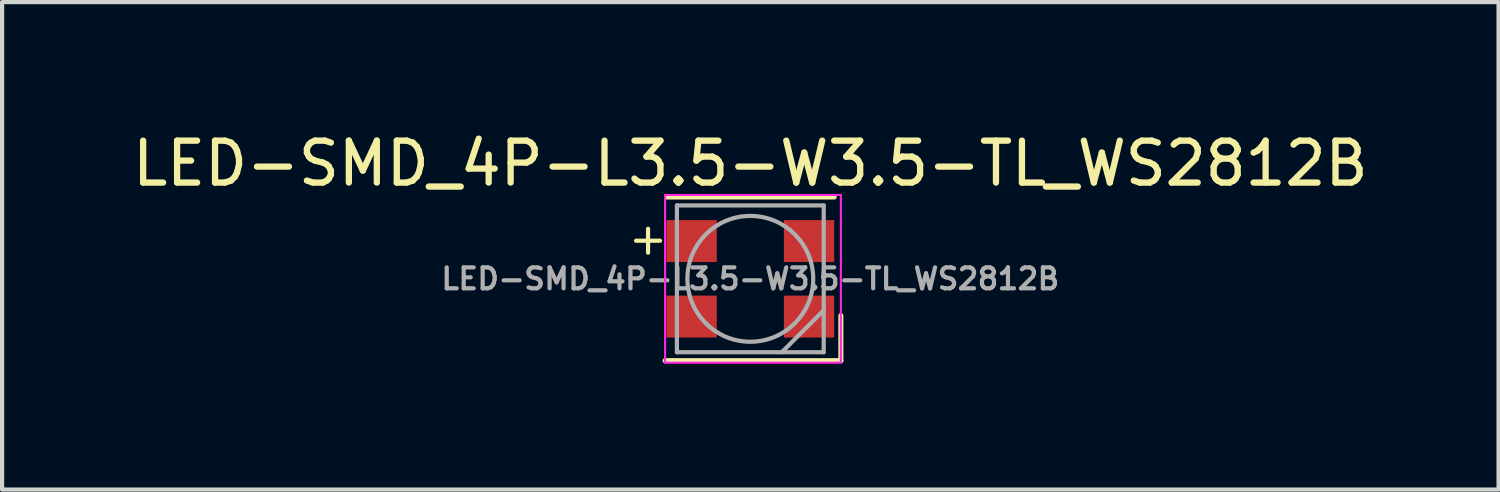
<source format=kicad_pcb>
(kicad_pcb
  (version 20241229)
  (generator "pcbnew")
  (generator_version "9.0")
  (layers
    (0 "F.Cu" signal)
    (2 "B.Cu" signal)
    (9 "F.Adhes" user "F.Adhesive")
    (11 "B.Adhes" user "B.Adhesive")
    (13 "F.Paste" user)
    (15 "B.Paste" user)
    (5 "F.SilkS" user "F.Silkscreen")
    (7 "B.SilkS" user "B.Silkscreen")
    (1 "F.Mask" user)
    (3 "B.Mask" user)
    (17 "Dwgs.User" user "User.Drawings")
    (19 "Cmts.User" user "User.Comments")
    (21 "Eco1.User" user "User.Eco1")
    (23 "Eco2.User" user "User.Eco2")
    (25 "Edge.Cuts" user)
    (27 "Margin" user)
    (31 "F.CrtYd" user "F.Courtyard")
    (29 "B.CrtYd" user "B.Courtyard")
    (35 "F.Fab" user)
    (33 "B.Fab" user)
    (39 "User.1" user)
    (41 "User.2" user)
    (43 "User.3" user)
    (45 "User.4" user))
  (footprint "LED-SMD_4P-L3.5-W3.5-TL_WS2812B"
    (layer "F.Cu")
    (at 14.839 3.598)
    (property "Reference" "LED-SMD_4P-L3.5-W3.5-TL_WS2812B" (at 0 -2.75 0) (layer "F.SilkS") (effects (font (size 1 1) (thickness 0.15))))
    (attr smd)
    (fp_line (start -2.032 1.95) (end 2.159 1.95) (stroke (width 0.12) (type solid)) (layer "F.SilkS"))
    (fp_line (start -2 -1.95) (end 2 -1.95) (stroke (width 0.12) (type solid)) (layer "F.SilkS"))
    (fp_line (start 2.159 1.95) (end 2.159 0.875) (stroke (width 0.12) (type solid)) (layer "F.SilkS"))
    (fp_line (start -2.032 -2) (end -2.032 2) (stroke (width 0.05) (type solid)) (layer "F.CrtYd"))
    (fp_line (start -2.032 2) (end 2.159 2) (stroke (width 0.05) (type solid)) (layer "F.CrtYd"))
    (fp_line (start 2.159 -2) (end -2.032 -2) (stroke (width 0.05) (type solid)) (layer "F.CrtYd"))
    (fp_line (start 2.159 2) (end 2.159 -2) (stroke (width 0.05) (type solid)) (layer "F.CrtYd"))
    (fp_line (start -1.75 -1.75) (end -1.75 1.75) (stroke (width 0.1) (type solid)) (layer "F.Fab"))
    (fp_line (start -1.75 1.75) (end 1.75 1.75) (stroke (width 0.1) (type solid)) (layer "F.Fab"))
    (fp_line (start 1.75 -1.75) (end -1.75 -1.75) (stroke (width 0.1) (type solid)) (layer "F.Fab"))
    (fp_line (start 1.75 0.75) (end 0.75 1.75) (stroke (width 0.1) (type solid)) (layer "F.Fab"))
    (fp_line (start 1.75 1.75) (end 1.75 -1.75) (stroke (width 0.1) (type solid)) (layer "F.Fab"))
    (fp_circle (center 0 0) (end 0 -1.5) (stroke (width 0.1) (type solid)) (fill no) (layer "F.Fab"))
    (fp_text user "+" (at -2.438 -0.965 0) (layer "F.SilkS") (effects (font (size 0.75 0.75) (thickness 0.1))))
    (fp_text user "${REFERENCE}" (at 0 0 0) (layer "F.Fab") (effects (font (size 0.5 0.5) (thickness 0.1))))
    (pad "1" smd rect (at -1.4 -0.9) (size 1.2 1) (layers "F.Cu" "F.Mask" "F.Paste"))
    (pad "2" smd rect (at -1.4 0.9) (size 1.2 1) (layers "F.Cu" "F.Mask" "F.Paste"))
    (pad "3" smd rect (at 1.4 0.9) (size 1.2 1) (layers "F.Cu" "F.Mask" "F.Paste"))
    (pad "4" smd rect (at 1.4 -0.9) (size 1.2 1) (layers "F.Cu" "F.Mask" "F.Paste")))
  (gr_rect
    (start -3 -3)
    (end 32.679 8.623)
    (stroke (width 0.1) (type default))
    (fill no)
    (layer "Edge.Cuts")))
</source>
